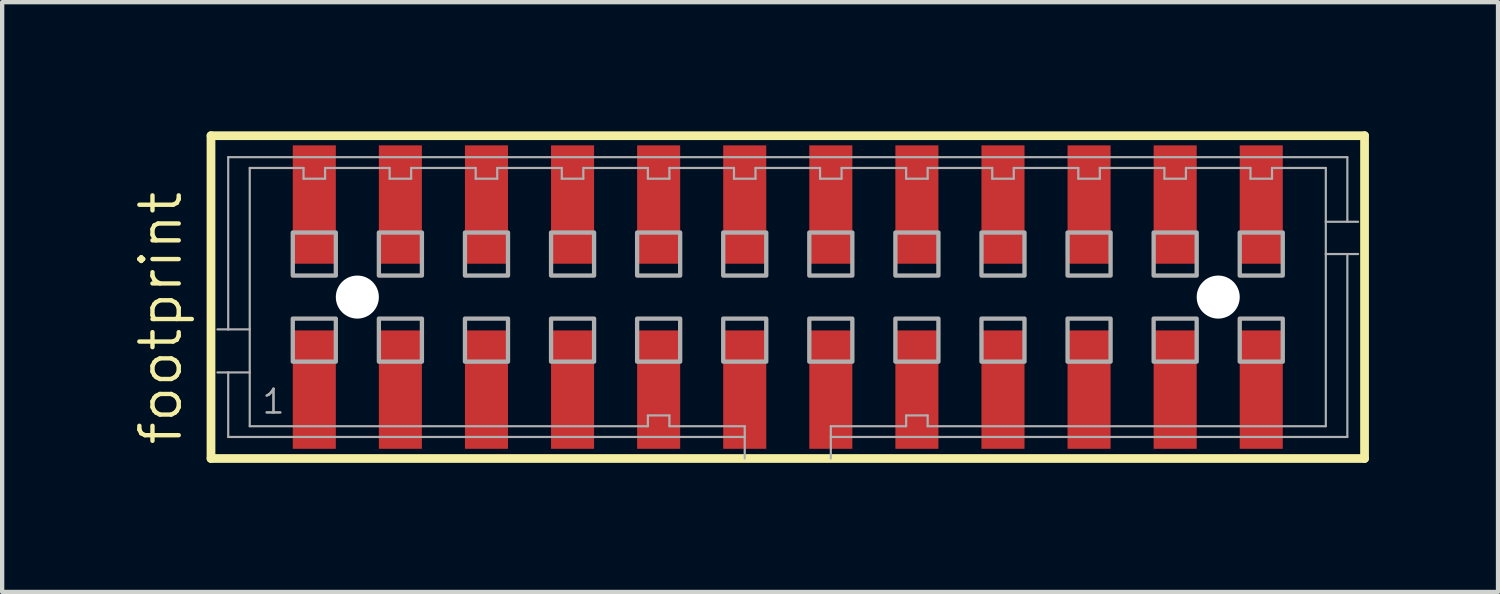
<source format=kicad_pcb>
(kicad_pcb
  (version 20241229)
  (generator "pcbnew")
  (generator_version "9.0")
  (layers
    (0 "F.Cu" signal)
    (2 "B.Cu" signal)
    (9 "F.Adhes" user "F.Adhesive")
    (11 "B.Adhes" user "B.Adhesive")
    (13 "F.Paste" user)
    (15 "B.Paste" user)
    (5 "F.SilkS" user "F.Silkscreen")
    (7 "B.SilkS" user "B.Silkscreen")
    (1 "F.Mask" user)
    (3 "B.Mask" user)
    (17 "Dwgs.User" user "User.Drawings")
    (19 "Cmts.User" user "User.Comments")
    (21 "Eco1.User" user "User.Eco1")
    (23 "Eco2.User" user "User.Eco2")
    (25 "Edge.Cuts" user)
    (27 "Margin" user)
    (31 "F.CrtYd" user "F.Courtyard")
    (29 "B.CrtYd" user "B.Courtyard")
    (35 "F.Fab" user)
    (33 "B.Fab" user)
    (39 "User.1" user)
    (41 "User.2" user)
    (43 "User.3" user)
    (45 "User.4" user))
  (footprint "footprint"
    (layer "F.Cu")
    (at 15.252 3.852)
    (property "Reference" "footprint" (at -14.033 3.493 90) (layer "F.SilkS") (effects (font (size 0.914 0.914) (thickness 0.102)) (justify left bottom)))
    (fp_line (start -13.4 -3.75) (end 13.4 -3.75) (stroke (width 0.203) (type solid)) (layer "F.SilkS"))
    (fp_line (start -13.4 3.75) (end -13.4 -3.75) (stroke (width 0.203) (type solid)) (layer "F.SilkS"))
    (fp_line (start 13.4 -3.75) (end 13.4 3.75) (stroke (width 0.203) (type solid)) (layer "F.SilkS"))
    (fp_line (start 13.4 3.75) (end -13.4 3.75) (stroke (width 0.203) (type solid)) (layer "F.SilkS"))
    (fp_line (start -13 -3.25) (end 13 -3.25) (stroke (width 0.051) (type solid)) (layer "F.Fab"))
    (fp_line (start -13 0.75) (end -13.25 0.75) (stroke (width 0.051) (type solid)) (layer "F.Fab"))
    (fp_line (start -13 0.75) (end -13 -3.25) (stroke (width 0.051) (type solid)) (layer "F.Fab"))
    (fp_line (start -13 1.75) (end -13.25 1.75) (stroke (width 0.051) (type solid)) (layer "F.Fab"))
    (fp_line (start -13 3.25) (end -13 1.75) (stroke (width 0.051) (type solid)) (layer "F.Fab"))
    (fp_line (start -12.5 -3) (end -12.5 0.75) (stroke (width 0.051) (type solid)) (layer "F.Fab"))
    (fp_line (start -12.5 0.75) (end -13 0.75) (stroke (width 0.051) (type solid)) (layer "F.Fab"))
    (fp_line (start -12.5 0.75) (end -12.5 1.75) (stroke (width 0.051) (type solid)) (layer "F.Fab"))
    (fp_line (start -12.5 1.75) (end -13 1.75) (stroke (width 0.051) (type solid)) (layer "F.Fab"))
    (fp_line (start -12.5 1.75) (end -12.5 3) (stroke (width 0.051) (type solid)) (layer "F.Fab"))
    (fp_line (start -12.5 3) (end -3.25 3) (stroke (width 0.051) (type solid)) (layer "F.Fab"))
    (fp_line (start -11.25 -3) (end -12.5 -3) (stroke (width 0.051) (type solid)) (layer "F.Fab"))
    (fp_line (start -11.25 -2.75) (end -11.25 -3) (stroke (width 0.051) (type solid)) (layer "F.Fab"))
    (fp_line (start -10.75 -3) (end -10.75 -2.75) (stroke (width 0.051) (type solid)) (layer "F.Fab"))
    (fp_line (start -10.75 -2.75) (end -11.25 -2.75) (stroke (width 0.051) (type solid)) (layer "F.Fab"))
    (fp_line (start -9.25 -3) (end -10.75 -3) (stroke (width 0.051) (type solid)) (layer "F.Fab"))
    (fp_line (start -9.25 -2.75) (end -9.25 -3) (stroke (width 0.051) (type solid)) (layer "F.Fab"))
    (fp_line (start -8.75 -3) (end -8.75 -2.75) (stroke (width 0.051) (type solid)) (layer "F.Fab"))
    (fp_line (start -8.75 -2.75) (end -9.25 -2.75) (stroke (width 0.051) (type solid)) (layer "F.Fab"))
    (fp_line (start -7.25 -3) (end -8.75 -3) (stroke (width 0.051) (type solid)) (layer "F.Fab"))
    (fp_line (start -7.25 -2.75) (end -7.25 -3) (stroke (width 0.051) (type solid)) (layer "F.Fab"))
    (fp_line (start -6.75 -3) (end -6.75 -2.75) (stroke (width 0.051) (type solid)) (layer "F.Fab"))
    (fp_line (start -6.75 -2.75) (end -7.25 -2.75) (stroke (width 0.051) (type solid)) (layer "F.Fab"))
    (fp_line (start -5.25 -3) (end -6.75 -3) (stroke (width 0.051) (type solid)) (layer "F.Fab"))
    (fp_line (start -5.25 -2.75) (end -5.25 -3) (stroke (width 0.051) (type solid)) (layer "F.Fab"))
    (fp_line (start -4.75 -3) (end -4.75 -2.75) (stroke (width 0.051) (type solid)) (layer "F.Fab"))
    (fp_line (start -4.75 -2.75) (end -5.25 -2.75) (stroke (width 0.051) (type solid)) (layer "F.Fab"))
    (fp_line (start -3.25 -3) (end -4.75 -3) (stroke (width 0.051) (type solid)) (layer "F.Fab"))
    (fp_line (start -3.25 -2.75) (end -3.25 -3) (stroke (width 0.051) (type solid)) (layer "F.Fab"))
    (fp_line (start -3.25 2.75) (end -2.75 2.75) (stroke (width 0.051) (type solid)) (layer "F.Fab"))
    (fp_line (start -3.25 3) (end -3.25 2.75) (stroke (width 0.051) (type solid)) (layer "F.Fab"))
    (fp_line (start -2.75 -3) (end -2.75 -2.75) (stroke (width 0.051) (type solid)) (layer "F.Fab"))
    (fp_line (start -2.75 -2.75) (end -3.25 -2.75) (stroke (width 0.051) (type solid)) (layer "F.Fab"))
    (fp_line (start -2.75 2.75) (end -2.75 3) (stroke (width 0.051) (type solid)) (layer "F.Fab"))
    (fp_line (start -2.75 3) (end -1 3) (stroke (width 0.051) (type solid)) (layer "F.Fab"))
    (fp_line (start -1.25 -3) (end -2.75 -3) (stroke (width 0.051) (type solid)) (layer "F.Fab"))
    (fp_line (start -1.25 -2.75) (end -1.25 -3) (stroke (width 0.051) (type solid)) (layer "F.Fab"))
    (fp_line (start -1 3) (end -1 3.25) (stroke (width 0.051) (type solid)) (layer "F.Fab"))
    (fp_line (start -1 3.25) (end -13 3.25) (stroke (width 0.051) (type solid)) (layer "F.Fab"))
    (fp_line (start -1 3.25) (end -1 3.75) (stroke (width 0.051) (type solid)) (layer "F.Fab"))
    (fp_line (start -0.75 -3) (end -0.75 -2.75) (stroke (width 0.051) (type solid)) (layer "F.Fab"))
    (fp_line (start -0.75 -2.75) (end -1.25 -2.75) (stroke (width 0.051) (type solid)) (layer "F.Fab"))
    (fp_line (start 0.75 -3) (end -0.75 -3) (stroke (width 0.051) (type solid)) (layer "F.Fab"))
    (fp_line (start 0.75 -2.75) (end 0.75 -3) (stroke (width 0.051) (type solid)) (layer "F.Fab"))
    (fp_line (start 1 3) (end 2.75 3) (stroke (width 0.051) (type solid)) (layer "F.Fab"))
    (fp_line (start 1 3.25) (end 1 3) (stroke (width 0.051) (type solid)) (layer "F.Fab"))
    (fp_line (start 1 3.75) (end 1 3.25) (stroke (width 0.051) (type solid)) (layer "F.Fab"))
    (fp_line (start 1.25 -3) (end 1.25 -2.75) (stroke (width 0.051) (type solid)) (layer "F.Fab"))
    (fp_line (start 1.25 -2.75) (end 0.75 -2.75) (stroke (width 0.051) (type solid)) (layer "F.Fab"))
    (fp_line (start 2.75 -3) (end 1.25 -3) (stroke (width 0.051) (type solid)) (layer "F.Fab"))
    (fp_line (start 2.75 -2.75) (end 2.75 -3) (stroke (width 0.051) (type solid)) (layer "F.Fab"))
    (fp_line (start 2.75 2.75) (end 3.25 2.75) (stroke (width 0.051) (type solid)) (layer "F.Fab"))
    (fp_line (start 2.75 3) (end 2.75 2.75) (stroke (width 0.051) (type solid)) (layer "F.Fab"))
    (fp_line (start 3.25 -3) (end 3.25 -2.75) (stroke (width 0.051) (type solid)) (layer "F.Fab"))
    (fp_line (start 3.25 -2.75) (end 2.75 -2.75) (stroke (width 0.051) (type solid)) (layer "F.Fab"))
    (fp_line (start 3.25 2.75) (end 3.25 3) (stroke (width 0.051) (type solid)) (layer "F.Fab"))
    (fp_line (start 3.25 3) (end 12.5 3) (stroke (width 0.051) (type solid)) (layer "F.Fab"))
    (fp_line (start 4.75 -3) (end 3.25 -3) (stroke (width 0.051) (type solid)) (layer "F.Fab"))
    (fp_line (start 4.75 -2.75) (end 4.75 -3) (stroke (width 0.051) (type solid)) (layer "F.Fab"))
    (fp_line (start 5.25 -3) (end 5.25 -2.75) (stroke (width 0.051) (type solid)) (layer "F.Fab"))
    (fp_line (start 5.25 -2.75) (end 4.75 -2.75) (stroke (width 0.051) (type solid)) (layer "F.Fab"))
    (fp_line (start 6.75 -3) (end 5.25 -3) (stroke (width 0.051) (type solid)) (layer "F.Fab"))
    (fp_line (start 6.75 -2.75) (end 6.75 -3) (stroke (width 0.051) (type solid)) (layer "F.Fab"))
    (fp_line (start 7.25 -3) (end 7.25 -2.75) (stroke (width 0.051) (type solid)) (layer "F.Fab"))
    (fp_line (start 7.25 -2.75) (end 6.75 -2.75) (stroke (width 0.051) (type solid)) (layer "F.Fab"))
    (fp_line (start 8.75 -3) (end 7.25 -3) (stroke (width 0.051) (type solid)) (layer "F.Fab"))
    (fp_line (start 8.75 -2.75) (end 8.75 -3) (stroke (width 0.051) (type solid)) (layer "F.Fab"))
    (fp_line (start 9.25 -3) (end 9.25 -2.75) (stroke (width 0.051) (type solid)) (layer "F.Fab"))
    (fp_line (start 9.25 -2.75) (end 8.75 -2.75) (stroke (width 0.051) (type solid)) (layer "F.Fab"))
    (fp_line (start 10.75 -3) (end 9.25 -3) (stroke (width 0.051) (type solid)) (layer "F.Fab"))
    (fp_line (start 10.75 -2.75) (end 10.75 -3) (stroke (width 0.051) (type solid)) (layer "F.Fab"))
    (fp_line (start 11.25 -3) (end 11.25 -2.75) (stroke (width 0.051) (type solid)) (layer "F.Fab"))
    (fp_line (start 11.25 -2.75) (end 10.75 -2.75) (stroke (width 0.051) (type solid)) (layer "F.Fab"))
    (fp_line (start 12.5 -3) (end 11.25 -3) (stroke (width 0.051) (type solid)) (layer "F.Fab"))
    (fp_line (start 12.5 -1.75) (end 12.5 -3) (stroke (width 0.051) (type solid)) (layer "F.Fab"))
    (fp_line (start 12.5 -1.75) (end 13 -1.75) (stroke (width 0.051) (type solid)) (layer "F.Fab"))
    (fp_line (start 12.5 -1) (end 12.5 -1.75) (stroke (width 0.051) (type solid)) (layer "F.Fab"))
    (fp_line (start 12.5 -1) (end 13 -1) (stroke (width 0.051) (type solid)) (layer "F.Fab"))
    (fp_line (start 12.5 3) (end 12.5 -1) (stroke (width 0.051) (type solid)) (layer "F.Fab"))
    (fp_line (start 13 -3.25) (end 13 -1.75) (stroke (width 0.051) (type solid)) (layer "F.Fab"))
    (fp_line (start 13 -1.75) (end 13.25 -1.75) (stroke (width 0.051) (type solid)) (layer "F.Fab"))
    (fp_line (start 13 -1) (end 13 3.25) (stroke (width 0.051) (type solid)) (layer "F.Fab"))
    (fp_line (start 13 -1) (end 13.25 -1) (stroke (width 0.051) (type solid)) (layer "F.Fab"))
    (fp_line (start 13 3.25) (end 1 3.25) (stroke (width 0.051) (type solid)) (layer "F.Fab"))
    (fp_poly (pts (xy -11.5 -0.5) (xy -10.5 -0.5) (xy -10.5 -1.5) (xy -11.5 -1.5)) (stroke (width 0.1) (type solid)) (fill no) (layer "F.Fab"))
    (fp_poly (pts (xy -11.5 1.5) (xy -10.5 1.5) (xy -10.5 0.5) (xy -11.5 0.5)) (stroke (width 0.1) (type solid)) (fill no) (layer "F.Fab"))
    (fp_poly (pts (xy -9.5 -0.5) (xy -8.5 -0.5) (xy -8.5 -1.5) (xy -9.5 -1.5)) (stroke (width 0.1) (type solid)) (fill no) (layer "F.Fab"))
    (fp_poly (pts (xy -9.5 1.5) (xy -8.5 1.5) (xy -8.5 0.5) (xy -9.5 0.5)) (stroke (width 0.1) (type solid)) (fill no) (layer "F.Fab"))
    (fp_poly (pts (xy -7.5 -0.5) (xy -6.5 -0.5) (xy -6.5 -1.5) (xy -7.5 -1.5)) (stroke (width 0.1) (type solid)) (fill no) (layer "F.Fab"))
    (fp_poly (pts (xy -7.5 1.5) (xy -6.5 1.5) (xy -6.5 0.5) (xy -7.5 0.5)) (stroke (width 0.1) (type solid)) (fill no) (layer "F.Fab"))
    (fp_poly (pts (xy -5.5 -0.5) (xy -4.5 -0.5) (xy -4.5 -1.5) (xy -5.5 -1.5)) (stroke (width 0.1) (type solid)) (fill no) (layer "F.Fab"))
    (fp_poly (pts (xy -5.5 1.5) (xy -4.5 1.5) (xy -4.5 0.5) (xy -5.5 0.5)) (stroke (width 0.1) (type solid)) (fill no) (layer "F.Fab"))
    (fp_poly (pts (xy -3.5 -0.5) (xy -2.5 -0.5) (xy -2.5 -1.5) (xy -3.5 -1.5)) (stroke (width 0.1) (type solid)) (fill no) (layer "F.Fab"))
    (fp_poly (pts (xy -3.5 1.5) (xy -2.5 1.5) (xy -2.5 0.5) (xy -3.5 0.5)) (stroke (width 0.1) (type solid)) (fill no) (layer "F.Fab"))
    (fp_poly (pts (xy -1.5 -0.5) (xy -0.5 -0.5) (xy -0.5 -1.5) (xy -1.5 -1.5)) (stroke (width 0.1) (type solid)) (fill no) (layer "F.Fab"))
    (fp_poly (pts (xy -1.5 1.5) (xy -0.5 1.5) (xy -0.5 0.5) (xy -1.5 0.5)) (stroke (width 0.1) (type solid)) (fill no) (layer "F.Fab"))
    (fp_poly (pts (xy 0.5 -0.5) (xy 1.5 -0.5) (xy 1.5 -1.5) (xy 0.5 -1.5)) (stroke (width 0.1) (type solid)) (fill no) (layer "F.Fab"))
    (fp_poly (pts (xy 0.5 1.5) (xy 1.5 1.5) (xy 1.5 0.5) (xy 0.5 0.5)) (stroke (width 0.1) (type solid)) (fill no) (layer "F.Fab"))
    (fp_poly (pts (xy 2.5 -0.5) (xy 3.5 -0.5) (xy 3.5 -1.5) (xy 2.5 -1.5)) (stroke (width 0.1) (type solid)) (fill no) (layer "F.Fab"))
    (fp_poly (pts (xy 2.5 1.5) (xy 3.5 1.5) (xy 3.5 0.5) (xy 2.5 0.5)) (stroke (width 0.1) (type solid)) (fill no) (layer "F.Fab"))
    (fp_poly (pts (xy 4.5 -0.5) (xy 5.5 -0.5) (xy 5.5 -1.5) (xy 4.5 -1.5)) (stroke (width 0.1) (type solid)) (fill no) (layer "F.Fab"))
    (fp_poly (pts (xy 4.5 1.5) (xy 5.5 1.5) (xy 5.5 0.5) (xy 4.5 0.5)) (stroke (width 0.1) (type solid)) (fill no) (layer "F.Fab"))
    (fp_poly (pts (xy 6.5 -0.5) (xy 7.5 -0.5) (xy 7.5 -1.5) (xy 6.5 -1.5)) (stroke (width 0.1) (type solid)) (fill no) (layer "F.Fab"))
    (fp_poly (pts (xy 6.5 1.5) (xy 7.5 1.5) (xy 7.5 0.5) (xy 6.5 0.5)) (stroke (width 0.1) (type solid)) (fill no) (layer "F.Fab"))
    (fp_poly (pts (xy 8.5 -0.5) (xy 9.5 -0.5) (xy 9.5 -1.5) (xy 8.5 -1.5)) (stroke (width 0.1) (type solid)) (fill no) (layer "F.Fab"))
    (fp_poly (pts (xy 8.5 1.5) (xy 9.5 1.5) (xy 9.5 0.5) (xy 8.5 0.5)) (stroke (width 0.1) (type solid)) (fill no) (layer "F.Fab"))
    (fp_poly (pts (xy 10.5 -0.5) (xy 11.5 -0.5) (xy 11.5 -1.5) (xy 10.5 -1.5)) (stroke (width 0.1) (type solid)) (fill no) (layer "F.Fab"))
    (fp_poly (pts (xy 10.5 1.5) (xy 11.5 1.5) (xy 11.5 0.5) (xy 10.5 0.5)) (stroke (width 0.1) (type solid)) (fill no) (layer "F.Fab"))
    (fp_text user "1" (at -12.25 2.75 0) (layer "F.Fab") (effects (font (size 0.549 0.549) (thickness 0.061)) (justify left bottom)))
    (pad "" np_thru_hole circle (at -10 0) (size 1 1) (drill 1) (layers "*.Cu" "*.Mask"))
    (pad "" np_thru_hole circle (at 10 0) (size 1 1) (drill 1) (layers "*.Cu" "*.Mask"))
    (pad "1" smd rect (at -11 2.15) (size 1 2.75) (layers "F.Cu" "F.Mask" "F.Paste"))
    (pad "2" smd rect (at -11 -2.15) (size 1 2.75) (layers "F.Cu" "F.Mask" "F.Paste"))
    (pad "3" smd rect (at -9 2.15) (size 1 2.75) (layers "F.Cu" "F.Mask" "F.Paste"))
    (pad "4" smd rect (at -9 -2.15) (size 1 2.75) (layers "F.Cu" "F.Mask" "F.Paste"))
    (pad "5" smd rect (at -7 2.15) (size 1 2.75) (layers "F.Cu" "F.Mask" "F.Paste"))
    (pad "6" smd rect (at -7 -2.15) (size 1 2.75) (layers "F.Cu" "F.Mask" "F.Paste"))
    (pad "7" smd rect (at -5 2.15) (size 1 2.75) (layers "F.Cu" "F.Mask" "F.Paste"))
    (pad "8" smd rect (at -5 -2.15) (size 1 2.75) (layers "F.Cu" "F.Mask" "F.Paste"))
    (pad "9" smd rect (at -3 2.15 180) (size 1 2.75) (layers "F.Cu" "F.Mask" "F.Paste"))
    (pad "10" smd rect (at -3 -2.15 180) (size 1 2.75) (layers "F.Cu" "F.Mask" "F.Paste"))
    (pad "11" smd rect (at -1 2.15) (size 1 2.75) (layers "F.Cu" "F.Mask" "F.Paste"))
    (pad "12" smd rect (at -1 -2.15) (size 1 2.75) (layers "F.Cu" "F.Mask" "F.Paste"))
    (pad "13" smd rect (at 1 2.15) (size 1 2.75) (layers "F.Cu" "F.Mask" "F.Paste"))
    (pad "14" smd rect (at 1 -2.15) (size 1 2.75) (layers "F.Cu" "F.Mask" "F.Paste"))
    (pad "15" smd rect (at 3 2.15 180) (size 1 2.75) (layers "F.Cu" "F.Mask" "F.Paste"))
    (pad "16" smd rect (at 3 -2.15) (size 1 2.75) (layers "F.Cu" "F.Mask" "F.Paste"))
    (pad "17" smd rect (at 5 2.15 180) (size 1 2.75) (layers "F.Cu" "F.Mask" "F.Paste"))
    (pad "18" smd rect (at 5 -2.15) (size 1 2.75) (layers "F.Cu" "F.Mask" "F.Paste"))
    (pad "19" smd rect (at 7 2.15 180) (size 1 2.75) (layers "F.Cu" "F.Mask" "F.Paste"))
    (pad "20" smd rect (at 7 -2.15) (size 1 2.75) (layers "F.Cu" "F.Mask" "F.Paste"))
    (pad "21" smd rect (at 9 2.15 180) (size 1 2.75) (layers "F.Cu" "F.Mask" "F.Paste"))
    (pad "22" smd rect (at 9 -2.15) (size 1 2.75) (layers "F.Cu" "F.Mask" "F.Paste"))
    (pad "23" smd rect (at 11 2.15 180) (size 1 2.75) (layers "F.Cu" "F.Mask" "F.Paste"))
    (pad "24" smd rect (at 11 -2.15) (size 1 2.75) (layers "F.Cu" "F.Mask" "F.Paste")))
  (gr_rect
    (start -3 -3)
    (end 31.753 10.703)
    (stroke (width 0.1) (type default))
    (fill no)
    (layer "Edge.Cuts")))
</source>
